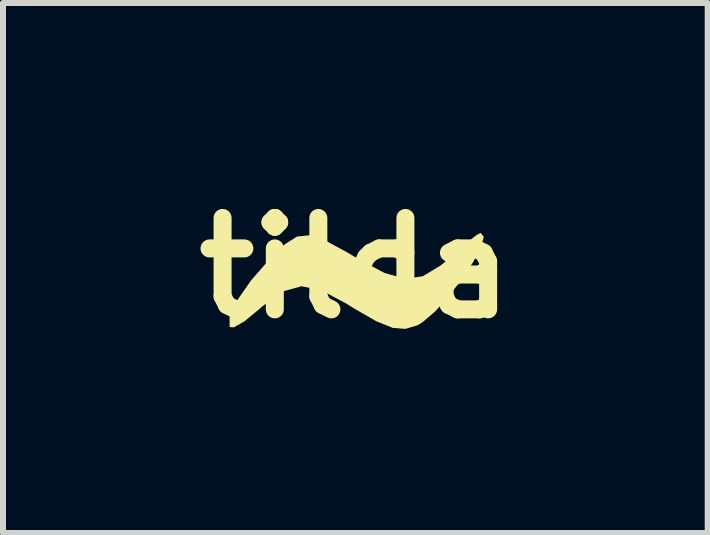
<source format=kicad_pcb>
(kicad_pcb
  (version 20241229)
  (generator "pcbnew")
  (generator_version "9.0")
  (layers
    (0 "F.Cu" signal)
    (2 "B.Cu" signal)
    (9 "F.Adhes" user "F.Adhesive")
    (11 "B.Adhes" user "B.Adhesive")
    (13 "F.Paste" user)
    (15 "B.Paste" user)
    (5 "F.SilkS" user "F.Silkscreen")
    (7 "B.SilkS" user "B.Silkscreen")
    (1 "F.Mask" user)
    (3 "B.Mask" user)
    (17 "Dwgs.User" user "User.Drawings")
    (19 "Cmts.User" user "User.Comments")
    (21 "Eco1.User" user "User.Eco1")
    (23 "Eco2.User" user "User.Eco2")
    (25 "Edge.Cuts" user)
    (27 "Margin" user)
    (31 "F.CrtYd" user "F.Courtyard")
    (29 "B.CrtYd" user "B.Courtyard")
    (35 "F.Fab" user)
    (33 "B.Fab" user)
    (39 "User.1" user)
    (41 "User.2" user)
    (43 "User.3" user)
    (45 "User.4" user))
  (footprint "tilda"
    (layer "F.Cu")
    (at 2.874 1.418)
    (property "Reference" "tilda" (at 0 0 0) (layer "F.SilkS") (effects (font (size 1.524 1.524) (thickness 0.3))))
    (attr board_only exclude_from_pos_files exclude_from_bom)
    (fp_poly (pts (xy 2.142 -0.52) (xy 2.092 -0.344) (xy 1.961 -0.095) (xy 1.772 0.191) (xy 1.553 0.477) (xy 1.326 0.728) (xy 1.116 0.907) (xy 1.031 0.957) (xy 0.833 1.015) (xy 0.62 0.997) (xy 0.35 0.888) (xy -0.02 0.675) (xy -0.148 0.595) (xy -0.56 0.374) (xy -0.897 0.304) (xy -1.208 0.39) (xy -1.545 0.634) (xy -1.606 0.688) (xy -1.848 0.888) (xy -2.026 0.99) (xy -2.096 0.984) (xy -2.096 0.811) (xy -1.97 0.539) (xy -1.735 0.202) (xy -1.418 -0.16) (xy -1.177 -0.395) (xy -0.975 -0.524) (xy -0.766 -0.546) (xy -0.506 -0.461) (xy -0.149 -0.268) (xy 0.053 -0.148) (xy 0.487 0.083) (xy 0.827 0.179) (xy 1.123 0.138) (xy 1.423 -0.043) (xy 1.601 -0.195) (xy 1.837 -0.405) (xy 2.016 -0.546) (xy 2.087 -0.586)) (stroke (width 0) (type solid)) (fill yes) (layer "F.SilkS")))
  (gr_rect
    (start -3 -3)
    (end 8.748 5.836)
    (stroke (width 0.1) (type default))
    (fill no)
    (layer "Edge.Cuts")))
</source>
